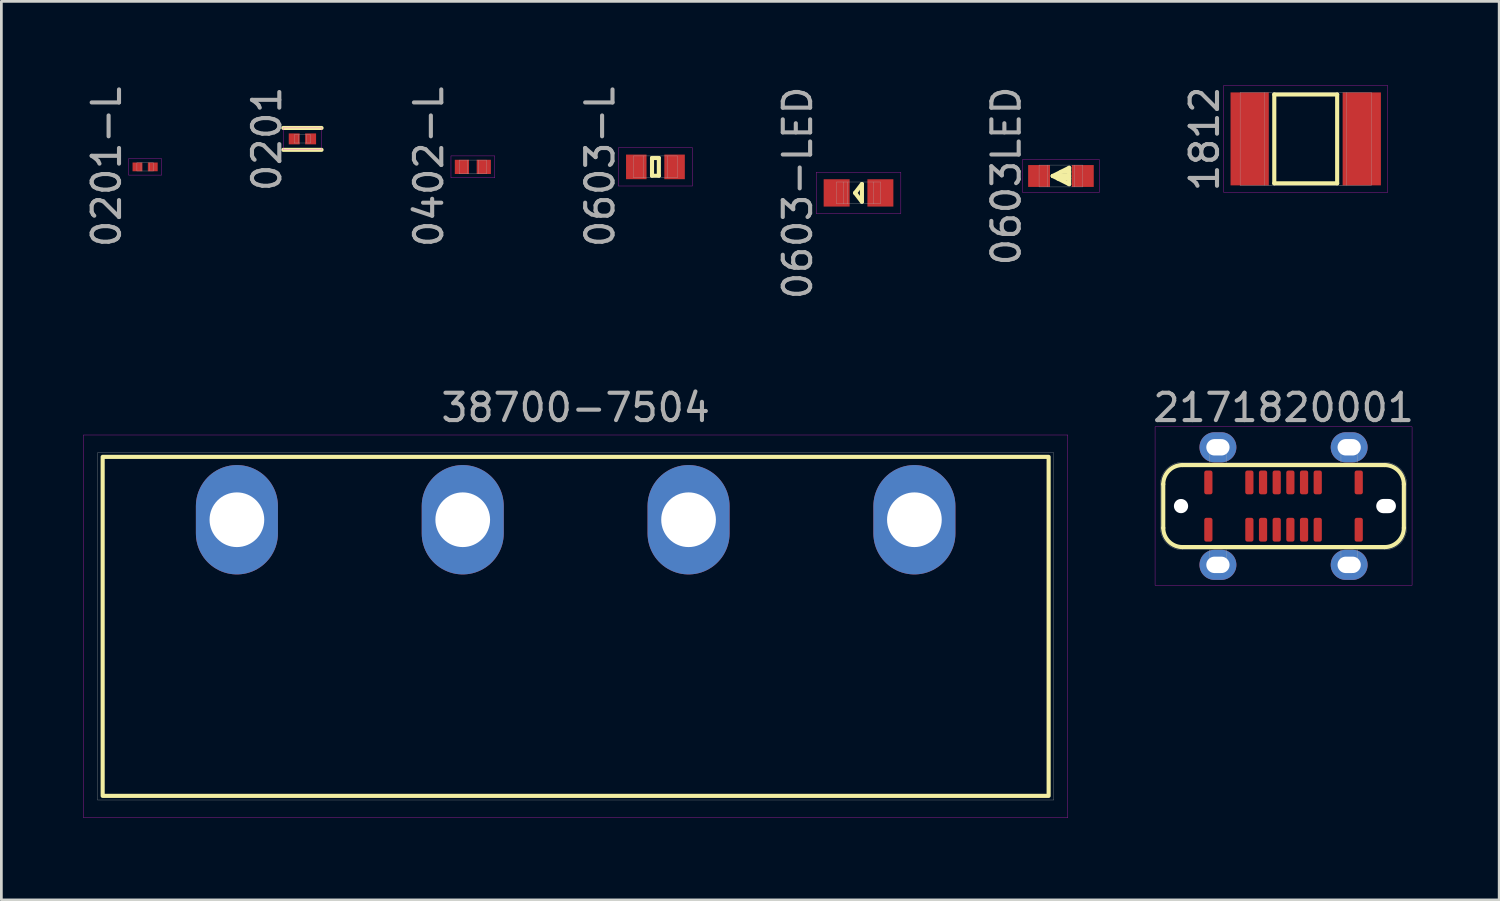
<source format=kicad_pcb>
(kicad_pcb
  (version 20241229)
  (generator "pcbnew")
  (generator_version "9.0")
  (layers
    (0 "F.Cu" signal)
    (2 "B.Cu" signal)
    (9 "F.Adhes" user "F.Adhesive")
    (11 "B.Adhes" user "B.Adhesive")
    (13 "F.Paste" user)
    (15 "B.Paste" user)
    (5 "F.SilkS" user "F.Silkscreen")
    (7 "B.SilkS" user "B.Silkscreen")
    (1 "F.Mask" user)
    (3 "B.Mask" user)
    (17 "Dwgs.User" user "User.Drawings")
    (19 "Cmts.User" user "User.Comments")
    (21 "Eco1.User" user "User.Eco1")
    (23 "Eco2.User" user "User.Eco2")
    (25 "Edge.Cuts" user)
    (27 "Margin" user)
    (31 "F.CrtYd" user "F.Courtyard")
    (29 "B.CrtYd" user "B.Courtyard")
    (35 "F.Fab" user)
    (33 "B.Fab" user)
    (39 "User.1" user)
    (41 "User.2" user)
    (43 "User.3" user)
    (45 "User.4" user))
  (footprint "0201-L"
    (layer "F.Cu")
    (at 2.258 3.054)
    (property "Reference" "0201-L" (at -1.41 0 90) (layer "F.Fab") (effects (font (size 1 1) (thickness 0.15))))
    (attr through_hole)
    (fp_line (start -0.6 -0.3) (end 0.6 -0.3) (stroke (width 0.01) (type solid)) (layer "F.CrtYd"))
    (fp_line (start -0.6 0.3) (end -0.6 -0.3) (stroke (width 0.01) (type solid)) (layer "F.CrtYd"))
    (fp_line (start 0.6 -0.3) (end 0.6 0.3) (stroke (width 0.01) (type solid)) (layer "F.CrtYd"))
    (fp_line (start 0.6 0.3) (end -0.6 0.3) (stroke (width 0.01) (type solid)) (layer "F.CrtYd"))
    (fp_line (start -0.3 -0.15) (end 0.3 -0.15) (stroke (width 0.01) (type solid)) (layer "F.Fab"))
    (fp_line (start -0.3 0.15) (end -0.3 -0.15) (stroke (width 0.01) (type solid)) (layer "F.Fab"))
    (fp_line (start -0.15 -0.15) (end -0.15 0.15) (stroke (width 0.01) (type solid)) (layer "F.Fab"))
    (fp_line (start 0.15 -0.15) (end 0.15 0.15) (stroke (width 0.01) (type solid)) (layer "F.Fab"))
    (fp_line (start 0.3 -0.15) (end 0.3 0.15) (stroke (width 0.01) (type solid)) (layer "F.Fab"))
    (fp_line (start 0.3 0.15) (end -0.3 0.15) (stroke (width 0.01) (type solid)) (layer "F.Fab"))
    (pad "1" smd rect (at -0.28 0) (size 0.36 0.32) (layers "F.Cu" "F.Mask" "F.Paste"))
    (pad "2" smd rect (at 0.28 0) (size 0.36 0.32) (layers "F.Cu" "F.Mask" "F.Paste")))
  (footprint "0402-L"
    (layer "F.Cu")
    (at 14.245 3.054)
    (property "Reference" "0402-L" (at -1.61 0 90) (layer "F.Fab") (effects (font (size 1 1) (thickness 0.15))))
    (attr through_hole)
    (fp_line (start -0.8 -0.4) (end 0.8 -0.4) (stroke (width 0.01) (type solid)) (layer "F.CrtYd"))
    (fp_line (start -0.8 0.4) (end -0.8 -0.4) (stroke (width 0.01) (type solid)) (layer "F.CrtYd"))
    (fp_line (start 0.8 -0.4) (end 0.8 0.4) (stroke (width 0.01) (type solid)) (layer "F.CrtYd"))
    (fp_line (start 0.8 0.4) (end -0.8 0.4) (stroke (width 0.01) (type solid)) (layer "F.CrtYd"))
    (fp_line (start -0.5 -0.25) (end 0.5 -0.25) (stroke (width 0.01) (type solid)) (layer "F.Fab"))
    (fp_line (start -0.5 0.25) (end -0.5 -0.25) (stroke (width 0.01) (type solid)) (layer "F.Fab"))
    (fp_line (start -0.2 -0.25) (end -0.2 0.25) (stroke (width 0.01) (type solid)) (layer "F.Fab"))
    (fp_line (start 0.2 -0.25) (end 0.2 0.25) (stroke (width 0.01) (type solid)) (layer "F.Fab"))
    (fp_line (start 0.5 -0.25) (end 0.5 0.25) (stroke (width 0.01) (type solid)) (layer "F.Fab"))
    (fp_line (start 0.5 0.25) (end -0.5 0.25) (stroke (width 0.01) (type solid)) (layer "F.Fab"))
    (pad "1" smd rect (at -0.4 0) (size 0.52 0.52) (layers "F.Cu" "F.Mask" "F.Paste"))
    (pad "2" smd rect (at 0.4 0) (size 0.52 0.52) (layers "F.Cu" "F.Mask" "F.Paste")))
  (footprint "38700-7504"
    (layer "F.Cu")
    (at 18.005 19.86)
    (property "Reference" "38700-7504" (at 0 -8 0) (unlocked yes) (layer "F.Fab") (effects (font (size 1 1) (thickness 0.15))))
    (attr through_hole)
    (fp_rect (start -17.3 -6.2) (end 17.3 6.2) (stroke (width 0.15) (type solid)) (fill no) (layer "F.SilkS"))
    (fp_line (start -18 -7) (end 18 -7) (stroke (width 0.01) (type solid)) (layer "F.CrtYd"))
    (fp_line (start -18 7) (end -18 -7) (stroke (width 0.01) (type solid)) (layer "F.CrtYd"))
    (fp_line (start 18 -7) (end 18 7) (stroke (width 0.01) (type solid)) (layer "F.CrtYd"))
    (fp_line (start 18 7) (end -18 7) (stroke (width 0.01) (type solid)) (layer "F.CrtYd"))
    (fp_rect (start 17.49 -6.35) (end -17.49 6.35) (stroke (width 0.01) (type solid)) (fill no) (layer "F.Fab"))
    (pad "1" thru_hole oval (at -12.39 -3.9) (size 3 4) (drill 2) (layers "*.Cu" "*.Mask"))
    (pad "2" thru_hole oval (at -4.13 -3.9) (size 3 4) (drill 2) (layers "*.Cu" "*.Mask"))
    (pad "3" thru_hole oval (at 4.13 -3.9) (size 3 4) (drill 2) (layers "*.Cu" "*.Mask"))
    (pad "4" thru_hole oval (at 12.39 -3.9) (size 3 4) (drill 2) (layers "*.Cu" "*.Mask")))
  (footprint "0603-LED"
    (layer "F.Cu")
    (at 28.351 4.006)
    (property "Reference" "0603-LED" (at -2.225 0 90) (layer "F.Fab") (effects (font (size 1 1) (thickness 0.15))))
    (attr through_hole)
    (fp_line (start -0.125 0) (end 0.125 -0.325) (stroke (width 0.15) (type solid)) (layer "F.SilkS"))
    (fp_line (start -0.125 0) (end 0.125 0.325) (stroke (width 0.15) (type solid)) (layer "F.SilkS"))
    (fp_line (start 0.125 -0.325) (end 0.125 0.325) (stroke (width 0.15) (type solid)) (layer "F.SilkS"))
    (fp_line (start -1.55 -0.75) (end 1.55 -0.75) (stroke (width 0.01) (type solid)) (layer "F.CrtYd"))
    (fp_line (start -1.55 0.75) (end -1.55 -0.75) (stroke (width 0.01) (type solid)) (layer "F.CrtYd"))
    (fp_line (start 1.55 -0.75) (end 1.55 0.75) (stroke (width 0.01) (type solid)) (layer "F.CrtYd"))
    (fp_line (start 1.55 0.75) (end -1.55 0.75) (stroke (width 0.01) (type solid)) (layer "F.CrtYd"))
    (fp_line (start -0.8 -0.4) (end 0.8 -0.4) (stroke (width 0.01) (type solid)) (layer "F.Fab"))
    (fp_line (start -0.8 0.4) (end -0.8 -0.4) (stroke (width 0.01) (type solid)) (layer "F.Fab"))
    (fp_line (start -0.55 -0.4) (end -0.55 0.4) (stroke (width 0.01) (type solid)) (layer "F.Fab"))
    (fp_line (start -0.4 -0.4) (end -0.4 0.4) (stroke (width 0.01) (type solid)) (layer "F.Fab"))
    (fp_line (start 0.55 -0.4) (end 0.55 0.4) (stroke (width 0.01) (type solid)) (layer "F.Fab"))
    (fp_line (start 0.8 -0.4) (end 0.8 0.4) (stroke (width 0.01) (type solid)) (layer "F.Fab"))
    (fp_line (start 0.8 0.4) (end -0.8 0.4) (stroke (width 0.01) (type solid)) (layer "F.Fab"))
    (pad "1" smd rect (at -0.8 0) (size 0.95 1) (layers "F.Cu" "F.Mask" "F.Paste"))
    (pad "2" smd rect (at 0.8 0) (size 0.95 1) (layers "F.Cu" "F.Mask" "F.Paste")))
  (footprint "0603LED"
    (layer "F.Cu")
    (at 35.755 3.387)
    (property "Reference" "0603LED" (at -2 0 90) (layer "F.Fab") (effects (font (size 1 1) (thickness 0.15))))
    (attr through_hole)
    (fp_line (start -0.3 0) (end 0.3 -0.3) (stroke (width 0.15) (type solid)) (layer "F.SilkS"))
    (fp_line (start 0.3 -0.3) (end 0.3 0.3) (stroke (width 0.15) (type solid)) (layer "F.SilkS"))
    (fp_line (start 0.3 -0.15) (end 0 -0.15) (stroke (width 0.15) (type solid)) (layer "F.SilkS"))
    (fp_line (start 0.3 0) (end -0.3 0) (stroke (width 0.15) (type solid)) (layer "F.SilkS"))
    (fp_line (start 0.3 0.1) (end -0.1 0.1) (stroke (width 0.15) (type solid)) (layer "F.SilkS"))
    (fp_line (start 0.3 0.3) (end -0.3 0) (stroke (width 0.15) (type solid)) (layer "F.SilkS"))
    (fp_line (start -1.4 -0.6) (end 1.4 -0.6) (stroke (width 0.01) (type solid)) (layer "F.CrtYd"))
    (fp_line (start -1.4 0.6) (end -1.4 -0.6) (stroke (width 0.01) (type solid)) (layer "F.CrtYd"))
    (fp_line (start 1.4 -0.6) (end 1.4 0.6) (stroke (width 0.01) (type solid)) (layer "F.CrtYd"))
    (fp_line (start 1.4 0.6) (end -1.4 0.6) (stroke (width 0.01) (type solid)) (layer "F.CrtYd"))
    (fp_line (start -0.8 -0.4) (end -0.8 0.4) (stroke (width 0.01) (type solid)) (layer "F.Fab"))
    (fp_line (start -0.8 0.4) (end 0.8 0.4) (stroke (width 0.01) (type solid)) (layer "F.Fab"))
    (fp_line (start -0.5 -0.4) (end -0.5 0.4) (stroke (width 0.01) (type solid)) (layer "F.Fab"))
    (fp_line (start 0.5 -0.4) (end 0.5 0.4) (stroke (width 0.01) (type solid)) (layer "F.Fab"))
    (fp_line (start 0.8 -0.4) (end -0.8 -0.4) (stroke (width 0.01) (type solid)) (layer "F.Fab"))
    (fp_line (start 0.8 0.4) (end 0.8 -0.4) (stroke (width 0.01) (type solid)) (layer "F.Fab"))
    (pad "1" smd rect (at -0.8 0) (size 0.8 0.8) (layers "F.Cu" "F.Mask" "F.Paste"))
    (pad "2" smd rect (at 0.8 0) (size 0.8 0.8) (layers "F.Cu" "F.Mask" "F.Paste")))
  (footprint "0603-L"
    (layer "F.Cu")
    (at 20.923 3.054)
    (property "Reference" "0603-L" (at -2.025 0 90) (layer "F.Fab") (effects (font (size 1 1) (thickness 0.15))))
    (attr through_hole)
    (fp_line (start -0.125 -0.325) (end 0.125 -0.325) (stroke (width 0.15) (type solid)) (layer "F.SilkS"))
    (fp_line (start -0.125 0.325) (end -0.125 -0.325) (stroke (width 0.15) (type solid)) (layer "F.SilkS"))
    (fp_line (start 0.125 -0.325) (end 0.125 0.325) (stroke (width 0.15) (type solid)) (layer "F.SilkS"))
    (fp_line (start 0.125 0.325) (end -0.125 0.325) (stroke (width 0.15) (type solid)) (layer "F.SilkS"))
    (fp_line (start -1.35 -0.7) (end 1.35 -0.7) (stroke (width 0.01) (type solid)) (layer "F.CrtYd"))
    (fp_line (start -1.35 0.7) (end -1.35 -0.7) (stroke (width 0.01) (type solid)) (layer "F.CrtYd"))
    (fp_line (start 1.35 -0.7) (end 1.35 0.7) (stroke (width 0.01) (type solid)) (layer "F.CrtYd"))
    (fp_line (start 1.35 0.7) (end -1.35 0.7) (stroke (width 0.01) (type solid)) (layer "F.CrtYd"))
    (fp_line (start -0.8 -0.4) (end 0.8 -0.4) (stroke (width 0.01) (type solid)) (layer "F.Fab"))
    (fp_line (start -0.8 0.4) (end -0.8 -0.4) (stroke (width 0.01) (type solid)) (layer "F.Fab"))
    (fp_line (start -0.45 -0.4) (end -0.45 0.4) (stroke (width 0.01) (type solid)) (layer "F.Fab"))
    (fp_line (start 0.45 -0.4) (end 0.45 0.4) (stroke (width 0.01) (type solid)) (layer "F.Fab"))
    (fp_line (start 0.8 -0.4) (end 0.8 0.4) (stroke (width 0.01) (type solid)) (layer "F.Fab"))
    (fp_line (start 0.8 0.4) (end -0.8 0.4) (stroke (width 0.01) (type solid)) (layer "F.Fab"))
    (pad "1" smd rect (at -0.7 0) (size 0.75 0.9) (layers "F.Cu" "F.Mask" "F.Paste"))
    (pad "2" smd rect (at 0.7 0) (size 0.75 0.9) (layers "F.Cu" "F.Mask" "F.Paste")))
  (footprint "0201"
    (layer "F.Cu")
    (at 8.011 2.03)
    (property "Reference" "0201" (at -1.3 0 90) (layer "F.Fab") (effects (font (size 1 1) (thickness 0.15))))
    (attr through_hole)
    (fp_line (start -0.7 -0.4) (end 0.7 -0.4) (stroke (width 0.15) (type solid)) (layer "F.SilkS"))
    (fp_line (start -0.7 0.4) (end 0.7 0.4) (stroke (width 0.15) (type solid)) (layer "F.SilkS"))
    (fp_line (start -0.7 -0.4) (end 0.7 -0.4) (stroke (width 0.01) (type solid)) (layer "F.CrtYd"))
    (fp_line (start -0.7 0.4) (end -0.7 -0.4) (stroke (width 0.01) (type solid)) (layer "F.CrtYd"))
    (fp_line (start 0.7 -0.4) (end 0.7 0.4) (stroke (width 0.01) (type solid)) (layer "F.CrtYd"))
    (fp_line (start 0.7 0.4) (end -0.7 0.4) (stroke (width 0.01) (type solid)) (layer "F.CrtYd"))
    (fp_line (start -0.3 -0.15) (end -0.3 0.15) (stroke (width 0.01) (type solid)) (layer "F.Fab"))
    (fp_line (start -0.3 0.15) (end 0.3 0.15) (stroke (width 0.01) (type solid)) (layer "F.Fab"))
    (fp_line (start -0.15 -0.15) (end -0.15 0.15) (stroke (width 0.01) (type solid)) (layer "F.Fab"))
    (fp_line (start 0.15 0.15) (end 0.15 -0.15) (stroke (width 0.01) (type solid)) (layer "F.Fab"))
    (fp_line (start 0.3 -0.15) (end -0.3 -0.15) (stroke (width 0.01) (type solid)) (layer "F.Fab"))
    (fp_line (start 0.3 0.15) (end 0.3 -0.15) (stroke (width 0.01) (type solid)) (layer "F.Fab"))
    (pad "1" smd rect (at -0.3 0) (size 0.4 0.4) (layers "F.Cu" "F.Mask" "F.Paste"))
    (pad "2" smd rect (at 0.3 0) (size 0.4 0.4) (layers "F.Cu" "F.Mask" "F.Paste")))
  (footprint "2171820001"
    (layer "F.Cu")
    (at 43.897 15.46)
    (property "Reference" "2171820001" (at 0 -3.6 0) (unlocked yes) (layer "F.Fab") (effects (font (size 1 1) (thickness 0.15))))
    (attr smd)
    (fp_line (start -4.4 0.8) (end -4.4 -0.8) (stroke (width 0.15) (type solid)) (layer "F.SilkS"))
    (fp_line (start -3.7 1.5) (end 3.7 1.5) (stroke (width 0.15) (type solid)) (layer "F.SilkS"))
    (fp_line (start 3.7 -1.5) (end -3.7 -1.5) (stroke (width 0.15) (type solid)) (layer "F.SilkS"))
    (fp_line (start 4.4 0.8) (end 4.4 -0.8) (stroke (width 0.15) (type solid)) (layer "F.SilkS"))
    (fp_arc (start -4.4 -0.8) (mid -4.194975 -1.294975) (end -3.7 -1.5) (stroke (width 0.15) (type solid)) (layer "F.SilkS"))
    (fp_arc (start -3.7 1.5) (mid -4.194975 1.294975) (end -4.4 0.8) (stroke (width 0.15) (type solid)) (layer "F.SilkS"))
    (fp_arc (start 3.7 -1.5) (mid 4.194975 -1.294975) (end 4.4 -0.8) (stroke (width 0.15) (type solid)) (layer "F.SilkS"))
    (fp_arc (start 4.4 0.8) (mid 4.194975 1.294975) (end 3.7 1.5) (stroke (width 0.15) (type solid)) (layer "F.SilkS"))
    (fp_rect (start -4.7 -2.9) (end 4.7 2.9) (stroke (width 0.01) (type solid)) (fill no) (layer "F.CrtYd"))
    (fp_line (start -4.5 0.8) (end -4.5 -0.8) (stroke (width 0.01) (type solid)) (layer "F.Fab"))
    (fp_line (start -3.7 -1.6) (end 3.7 -1.6) (stroke (width 0.01) (type solid)) (layer "F.Fab"))
    (fp_line (start -2.7 -2.3) (end -2.1 -2.3) (stroke (width 0.01) (type solid)) (layer "F.Fab"))
    (fp_line (start -2.7 -1.6) (end -2.7 -2.3) (stroke (width 0.01) (type solid)) (layer "F.Fab"))
    (fp_line (start -2.7 2.3) (end -2.7 1.6) (stroke (width 0.01) (type solid)) (layer "F.Fab"))
    (fp_line (start -2.1 -2.3) (end -2.1 -1.6) (stroke (width 0.01) (type solid)) (layer "F.Fab"))
    (fp_line (start -2.1 1.6) (end -2.1 2.3) (stroke (width 0.01) (type solid)) (layer "F.Fab"))
    (fp_line (start -2.1 2.3) (end -2.7 2.3) (stroke (width 0.01) (type solid)) (layer "F.Fab"))
    (fp_line (start 2.1 -2.3) (end 2.7 -2.3) (stroke (width 0.01) (type solid)) (layer "F.Fab"))
    (fp_line (start 2.1 -1.6) (end 2.1 -2.3) (stroke (width 0.01) (type solid)) (layer "F.Fab"))
    (fp_line (start 2.1 2.3) (end 2.1 1.6) (stroke (width 0.01) (type solid)) (layer "F.Fab"))
    (fp_line (start 2.7 -2.3) (end 2.7 -1.6) (stroke (width 0.01) (type solid)) (layer "F.Fab"))
    (fp_line (start 2.7 1.6) (end 2.7 2.3) (stroke (width 0.01) (type solid)) (layer "F.Fab"))
    (fp_line (start 2.7 2.3) (end 2.1 2.3) (stroke (width 0.01) (type solid)) (layer "F.Fab"))
    (fp_line (start 3.7 1.6) (end -3.7 1.6) (stroke (width 0.01) (type solid)) (layer "F.Fab"))
    (fp_line (start 4.5 -0.8) (end 4.5 0.8) (stroke (width 0.01) (type solid)) (layer "F.Fab"))
    (fp_arc (start -4.5 -0.8) (mid -4.265685 -1.365685) (end -3.7 -1.6) (stroke (width 0.01) (type solid)) (layer "F.Fab"))
    (fp_arc (start -3.7 1.6) (mid -4.265685 1.365685) (end -4.5 0.8) (stroke (width 0.01) (type solid)) (layer "F.Fab"))
    (fp_arc (start 3.7 -1.6) (mid 4.265685 -1.365685) (end 4.5 -0.8) (stroke (width 0.01) (type solid)) (layer "F.Fab"))
    (fp_arc (start 4.5 0.8) (mid 4.265685 1.365685) (end 3.7 1.6) (stroke (width 0.01) (type solid)) (layer "F.Fab"))
    (pad "" np_thru_hole circle (at -3.75 0) (size 0.52 0.52) (drill 0.52) (layers "*.Cu" "*.Mask"))
    (pad "" thru_hole oval (at -2.4 -2.15) (size 1.35 1.1) (drill oval 0.85 0.6) (layers "*.Cu" "*.Mask"))
    (pad "" thru_hole oval (at -2.4 2.15) (size 1.35 1.1) (drill oval 0.85 0.6) (layers "*.Cu" "*.Mask"))
    (pad "" thru_hole oval (at 2.4 -2.15) (size 1.35 1.1) (drill oval 0.85 0.6) (layers "*.Cu" "*.Mask"))
    (pad "" thru_hole oval (at 2.4 2.15) (size 1.35 1.1) (drill oval 0.85 0.6) (layers "*.Cu" "*.Mask"))
    (pad "" np_thru_hole oval (at 3.75 0) (size 0.72 0.52) (drill oval 0.72 0.52) (layers "*.Cu" "*.Mask"))
    (pad "A1" smd roundrect (at -2.75 -0.865) (size 0.3 0.87) (layers "F.Cu" "F.Mask" "F.Paste") (roundrect_rratio 0.25))
    (pad "A4" smd roundrect (at -1.25 -0.865) (size 0.3 0.87) (layers "F.Cu" "F.Mask" "F.Paste") (roundrect_rratio 0.25))
    (pad "A5" smd roundrect (at -0.75 -0.865) (size 0.3 0.87) (layers "F.Cu" "F.Mask" "F.Paste") (roundrect_rratio 0.25))
    (pad "A6" smd roundrect (at -0.25 -0.865) (size 0.3 0.87) (layers "F.Cu" "F.Mask" "F.Paste") (roundrect_rratio 0.25))
    (pad "A7" smd roundrect (at 0.25 -0.865) (size 0.3 0.87) (layers "F.Cu" "F.Mask" "F.Paste") (roundrect_rratio 0.25))
    (pad "A8" smd roundrect (at 0.75 -0.865) (size 0.3 0.87) (layers "F.Cu" "F.Mask" "F.Paste") (roundrect_rratio 0.25))
    (pad "A9" smd roundrect (at 1.25 -0.865) (size 0.3 0.87) (layers "F.Cu" "F.Mask" "F.Paste") (roundrect_rratio 0.25))
    (pad "A12" smd roundrect (at 2.75 -0.865) (size 0.3 0.87) (layers "F.Cu" "F.Mask" "F.Paste") (roundrect_rratio 0.25))
    (pad "B1" smd roundrect (at 2.75 0.865) (size 0.3 0.87) (layers "F.Cu" "F.Mask" "F.Paste") (roundrect_rratio 0.25))
    (pad "B4" smd roundrect (at 1.25 0.865) (size 0.3 0.87) (layers "F.Cu" "F.Mask" "F.Paste") (roundrect_rratio 0.25))
    (pad "B5" smd roundrect (at 0.75 0.865) (size 0.3 0.87) (layers "F.Cu" "F.Mask" "F.Paste") (roundrect_rratio 0.25))
    (pad "B6" smd roundrect (at 0.25 0.865) (size 0.3 0.87) (layers "F.Cu" "F.Mask" "F.Paste") (roundrect_rratio 0.25))
    (pad "B7" smd roundrect (at -0.25 0.865) (size 0.3 0.87) (layers "F.Cu" "F.Mask" "F.Paste") (roundrect_rratio 0.25))
    (pad "B8" smd roundrect (at -0.75 0.865) (size 0.3 0.87) (layers "F.Cu" "F.Mask" "F.Paste") (roundrect_rratio 0.25))
    (pad "B9" smd roundrect (at -1.25 0.865) (size 0.3 0.87) (layers "F.Cu" "F.Mask" "F.Paste") (roundrect_rratio 0.25))
    (pad "B12" smd roundrect (at -2.75 0.865) (size 0.3 0.87) (layers "F.Cu" "F.Mask" "F.Paste") (roundrect_rratio 0.25)))
  (footprint "1812"
    (layer "F.Cu")
    (at 44.708 2.03)
    (property "Reference" "1812" (at -3.7 0 90) (layer "F.Fab") (effects (font (size 1 1) (thickness 0.15))))
    (attr smd)
    (fp_line (start -1.15 -1.625) (end 1.15 -1.625) (stroke (width 0.15) (type solid)) (layer "F.SilkS"))
    (fp_line (start -1.15 1.625) (end -1.15 -1.625) (stroke (width 0.15) (type solid)) (layer "F.SilkS"))
    (fp_line (start 1.15 -1.625) (end 1.15 1.625) (stroke (width 0.15) (type solid)) (layer "F.SilkS"))
    (fp_line (start 1.15 1.625) (end -1.15 1.625) (stroke (width 0.15) (type solid)) (layer "F.SilkS"))
    (fp_line (start -3 -1.95) (end 3 -1.95) (stroke (width 0.01) (type solid)) (layer "F.CrtYd"))
    (fp_line (start -3 1.95) (end -3 -1.95) (stroke (width 0.01) (type solid)) (layer "F.CrtYd"))
    (fp_line (start 3 -1.95) (end 3 1.95) (stroke (width 0.01) (type solid)) (layer "F.CrtYd"))
    (fp_line (start 3 1.95) (end -3 1.95) (stroke (width 0.01) (type solid)) (layer "F.CrtYd"))
    (fp_line (start -2.4 -1.7) (end 2.4 -1.7) (stroke (width 0.01) (type solid)) (layer "F.Fab"))
    (fp_line (start -2.4 1.7) (end -2.4 -1.7) (stroke (width 0.01) (type solid)) (layer "F.Fab"))
    (fp_line (start -1.5 -1.7) (end -1.5 1.7) (stroke (width 0.01) (type solid)) (layer "F.Fab"))
    (fp_line (start 1.5 -1.7) (end 1.5 1.7) (stroke (width 0.01) (type solid)) (layer "F.Fab"))
    (fp_line (start 2.4 -1.7) (end 2.4 1.7) (stroke (width 0.01) (type solid)) (layer "F.Fab"))
    (fp_line (start 2.4 1.7) (end -2.4 1.7) (stroke (width 0.01) (type solid)) (layer "F.Fab"))
    (pad "1" smd rect (at -2.05 0) (size 1.4 3.4) (layers "F.Cu" "F.Mask" "F.Paste"))
    (pad "2" smd rect (at 2.05 0) (size 1.4 3.4) (layers "F.Cu" "F.Mask" "F.Paste")))
  (gr_rect
    (start -3 -3)
    (end 51.784 29.865)
    (stroke (width 0.1) (type default))
    (fill no)
    (layer "Edge.Cuts")))
</source>
